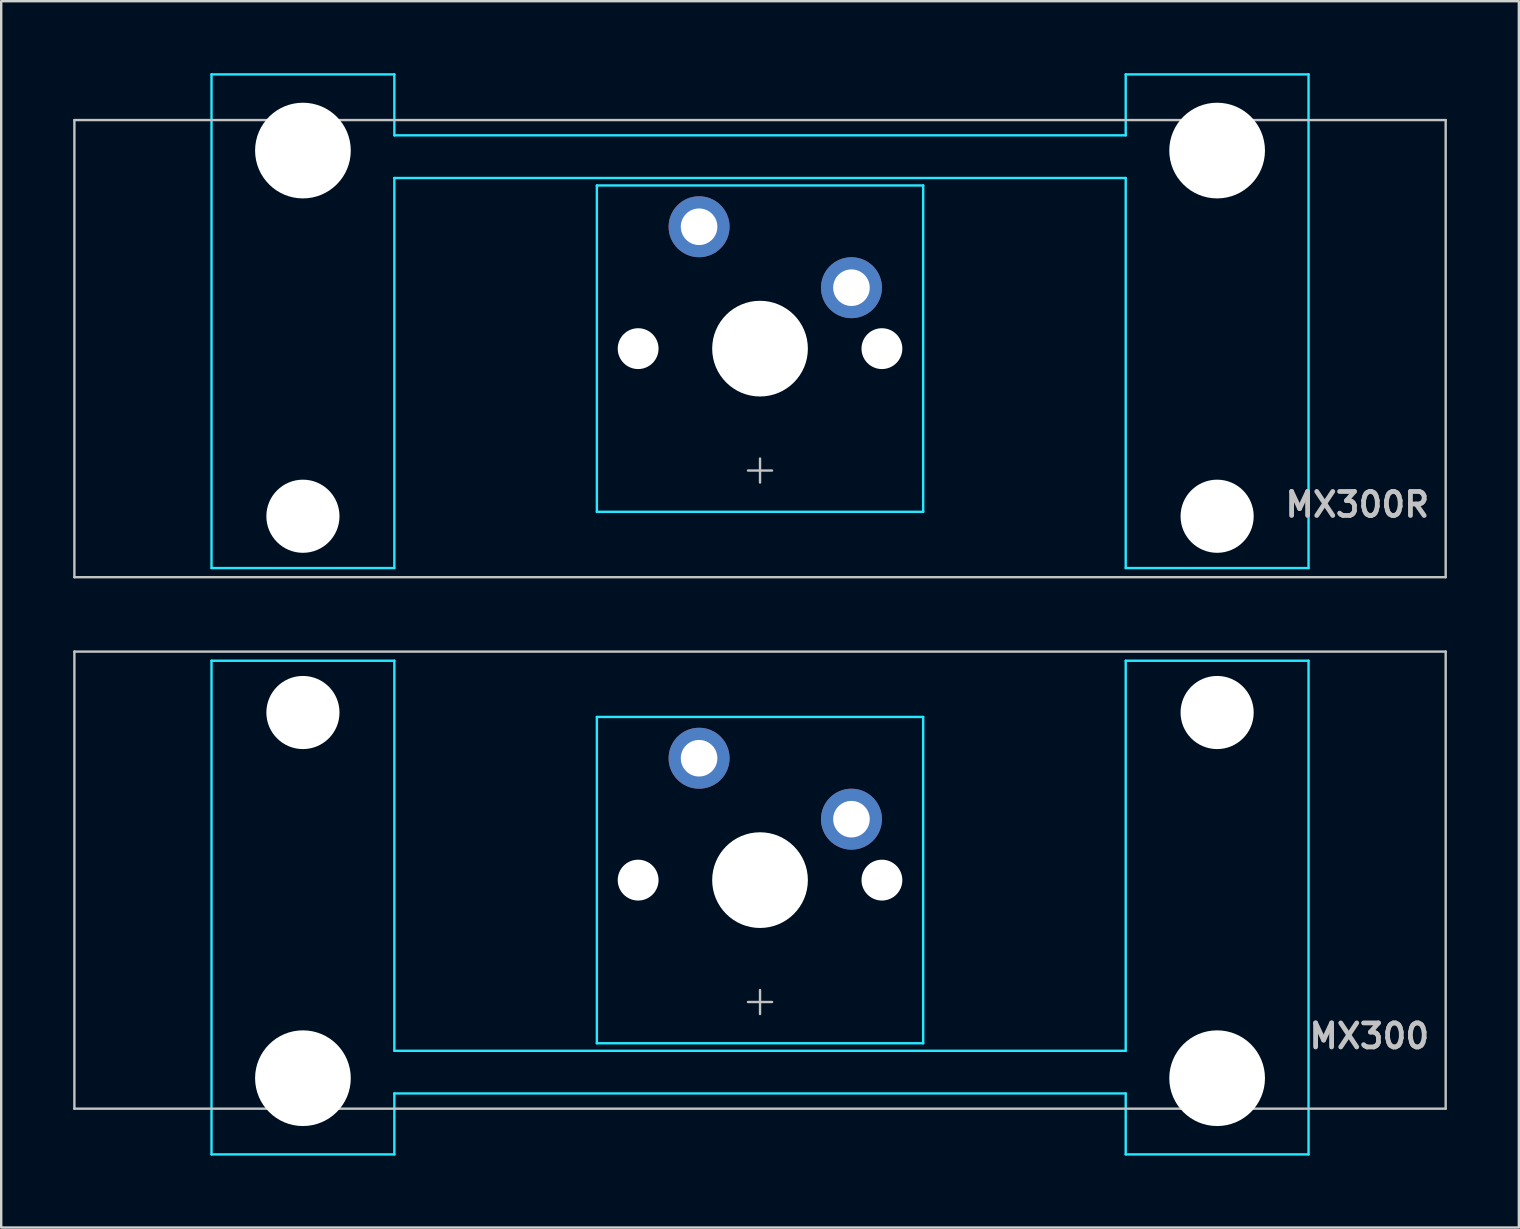
<source format=kicad_pcb>
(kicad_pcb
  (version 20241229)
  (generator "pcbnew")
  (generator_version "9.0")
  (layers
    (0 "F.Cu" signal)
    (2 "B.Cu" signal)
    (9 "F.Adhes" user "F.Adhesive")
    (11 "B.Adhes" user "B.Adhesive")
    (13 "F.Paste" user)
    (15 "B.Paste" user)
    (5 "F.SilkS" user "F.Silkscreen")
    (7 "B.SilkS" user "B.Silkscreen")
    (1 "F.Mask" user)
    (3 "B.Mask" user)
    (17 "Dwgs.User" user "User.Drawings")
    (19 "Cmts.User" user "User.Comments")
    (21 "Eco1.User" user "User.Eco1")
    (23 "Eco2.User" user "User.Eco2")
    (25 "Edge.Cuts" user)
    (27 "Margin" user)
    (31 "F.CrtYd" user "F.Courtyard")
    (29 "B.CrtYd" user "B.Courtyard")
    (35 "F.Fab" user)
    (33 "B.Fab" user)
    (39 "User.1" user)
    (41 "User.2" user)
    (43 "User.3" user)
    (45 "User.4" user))
  (footprint "MX300R"
    (layer "F.Cu")
    (at 28.625 11.48)
    (property "Reference" "MX300R" (at 28 6.5 0) (layer "Dwgs.User") (effects (font (size 1 1) (thickness 0.2)) (justify right)))
    (attr through_hole)
    (fp_line (start -28.575 -9.525) (end -28.575 9.525) (stroke (width 0.1) (type solid)) (layer "Dwgs.User"))
    (fp_line (start -28.575 -9.525) (end 28.575 -9.525) (stroke (width 0.1) (type solid)) (layer "Dwgs.User"))
    (fp_line (start -28.575 9.525) (end 28.575 9.525) (stroke (width 0.1) (type solid)) (layer "Dwgs.User"))
    (fp_line (start -0.5 5.08) (end 0.5 5.08) (stroke (width 0.1) (type solid)) (layer "Dwgs.User"))
    (fp_line (start 0 5.58) (end 0 4.58) (stroke (width 0.1) (type solid)) (layer "Dwgs.User"))
    (fp_line (start 28.575 -9.525) (end 28.575 9.525) (stroke (width 0.1) (type solid)) (layer "Dwgs.User"))
    (fp_line (start -22.55 -8.515) (end -22.55 5.485) (stroke (width 0.1) (type solid)) (layer "Eco1.User"))
    (fp_line (start -22.05 -9.015) (end -16.05 -9.015) (stroke (width 0.1) (type solid)) (layer "Eco1.User"))
    (fp_line (start -16.05 5.985) (end -22.05 5.985) (stroke (width 0.1) (type solid)) (layer "Eco1.User"))
    (fp_line (start -15.55 5.485) (end -15.55 -8.515) (stroke (width 0.1) (type solid)) (layer "Eco1.User"))
    (fp_line (start -7 -6.5) (end -7 6.5) (stroke (width 0.1) (type solid)) (layer "Eco1.User"))
    (fp_line (start -6.5 7) (end 6.5 7) (stroke (width 0.1) (type solid)) (layer "Eco1.User"))
    (fp_line (start 6.5 -7) (end -6.5 -7) (stroke (width 0.1) (type solid)) (layer "Eco1.User"))
    (fp_line (start 7 6.5) (end 7 -6.5) (stroke (width 0.1) (type solid)) (layer "Eco1.User"))
    (fp_line (start 15.55 -8.515) (end 15.55 5.485) (stroke (width 0.1) (type solid)) (layer "Eco1.User"))
    (fp_line (start 16.05 -9.015) (end 22.05 -9.015) (stroke (width 0.1) (type solid)) (layer "Eco1.User"))
    (fp_line (start 22.05 5.985) (end 16.05 5.985) (stroke (width 0.1) (type solid)) (layer "Eco1.User"))
    (fp_line (start 22.55 5.485) (end 22.55 -8.515) (stroke (width 0.1) (type solid)) (layer "Eco1.User"))
    (fp_arc (start -22.55 -8.515) (mid -22.403553 -8.868553) (end -22.05 -9.015) (stroke (width 0.1) (type solid)) (layer "Eco1.User"))
    (fp_arc (start -22.05 5.985) (mid -22.403553 5.838553) (end -22.55 5.485) (stroke (width 0.1) (type solid)) (layer "Eco1.User"))
    (fp_arc (start -16.05 -9.015) (mid -15.696447 -8.868553) (end -15.55 -8.515) (stroke (width 0.1) (type solid)) (layer "Eco1.User"))
    (fp_arc (start -15.55 5.485) (mid -15.696447 5.838553) (end -16.05 5.985) (stroke (width 0.1) (type solid)) (layer "Eco1.User"))
    (fp_arc (start -7 -6.5) (mid -6.853553 -6.853553) (end -6.5 -7) (stroke (width 0.1) (type solid)) (layer "Eco1.User"))
    (fp_arc (start -6.5 7) (mid -6.853553 6.853553) (end -7 6.5) (stroke (width 0.1) (type solid)) (layer "Eco1.User"))
    (fp_arc (start 6.5 -7) (mid 6.853553 -6.853553) (end 7 -6.5) (stroke (width 0.1) (type solid)) (layer "Eco1.User"))
    (fp_arc (start 7 6.5) (mid 6.853553 6.853553) (end 6.5 7) (stroke (width 0.1) (type solid)) (layer "Eco1.User"))
    (fp_arc (start 15.55 -8.515) (mid 15.696447 -8.868553) (end 16.05 -9.015) (stroke (width 0.1) (type solid)) (layer "Eco1.User"))
    (fp_arc (start 16.05 5.985) (mid 15.696447 5.838553) (end 15.55 5.485) (stroke (width 0.1) (type solid)) (layer "Eco1.User"))
    (fp_arc (start 22.05 -9.015) (mid 22.403553 -8.868553) (end 22.55 -8.515) (stroke (width 0.1) (type solid)) (layer "Eco1.User"))
    (fp_arc (start 22.55 5.485) (mid 22.403553 5.838553) (end 22.05 5.985) (stroke (width 0.1) (type solid)) (layer "Eco1.User"))
    (fp_line (start -22.86 -11.43) (end -15.24 -11.43) (stroke (width 0.1) (type solid)) (layer "B.CrtYd"))
    (fp_line (start -22.86 9.144) (end -22.86 -11.43) (stroke (width 0.1) (type solid)) (layer "B.CrtYd"))
    (fp_line (start -15.24 -11.43) (end -15.24 -8.89) (stroke (width 0.1) (type solid)) (layer "B.CrtYd"))
    (fp_line (start -15.24 9.144) (end -22.86 9.144) (stroke (width 0.1) (type solid)) (layer "B.CrtYd"))
    (fp_line (start -15.24 9.144) (end -15.24 -7.112) (stroke (width 0.1) (type solid)) (layer "B.CrtYd"))
    (fp_line (start -6.8 6.8) (end -6.8 -6.8) (stroke (width 0.1) (type solid)) (layer "B.CrtYd"))
    (fp_line (start 6.8 -6.8) (end -6.8 -6.8) (stroke (width 0.1) (type solid)) (layer "B.CrtYd"))
    (fp_line (start 6.8 6.8) (end -6.8 6.8) (stroke (width 0.1) (type solid)) (layer "B.CrtYd"))
    (fp_line (start 6.8 6.8) (end 6.8 -6.8) (stroke (width 0.1) (type solid)) (layer "B.CrtYd"))
    (fp_line (start 15.24 -11.43) (end 15.24 -8.89) (stroke (width 0.1) (type solid)) (layer "B.CrtYd"))
    (fp_line (start 15.24 -11.43) (end 22.86 -11.43) (stroke (width 0.1) (type solid)) (layer "B.CrtYd"))
    (fp_line (start 15.24 -8.89) (end -15.24 -8.89) (stroke (width 0.1) (type solid)) (layer "B.CrtYd"))
    (fp_line (start 15.24 -7.112) (end -15.24 -7.112) (stroke (width 0.1) (type solid)) (layer "B.CrtYd"))
    (fp_line (start 15.24 9.144) (end 15.24 -7.112) (stroke (width 0.1) (type solid)) (layer "B.CrtYd"))
    (fp_line (start 22.86 -11.43) (end 22.86 9.144) (stroke (width 0.1) (type solid)) (layer "B.CrtYd"))
    (fp_line (start 22.86 9.144) (end 15.24 9.144) (stroke (width 0.1) (type solid)) (layer "B.CrtYd"))
    (pad "" np_thru_hole circle (at -19.05 -8.255 180) (size 3.988 3.988) (drill 3.988) (layers "*.Cu" "*.Mask"))
    (pad "" np_thru_hole circle (at -19.05 6.985 180) (size 3.048 3.048) (drill 3.048) (layers "*.Cu" "*.Mask"))
    (pad "" np_thru_hole circle (at -5.08 0) (size 1.702 1.702) (drill 1.702) (layers "*.Cu" "*.Mask"))
    (pad "" connect circle (at -2.54 -5.08) (size 1.524 1.524) (layers "B.Mask"))
    (pad "" np_thru_hole circle (at 0 0 180) (size 3.988 3.988) (drill 3.988) (layers "*.Cu" "*.Mask"))
    (pad "" connect circle (at 3.81 -2.54) (size 1.524 1.524) (layers "B.Mask"))
    (pad "" np_thru_hole circle (at 5.08 0) (size 1.702 1.702) (drill 1.702) (layers "*.Cu" "*.Mask"))
    (pad "" np_thru_hole circle (at 19.05 -8.255 180) (size 3.988 3.988) (drill 3.988) (layers "*.Cu" "*.Mask"))
    (pad "" np_thru_hole circle (at 19.05 6.985 180) (size 3.048 3.048) (drill 3.048) (layers "*.Cu" "*.Mask"))
    (pad "1" thru_hole circle (at -2.54 -5.08) (size 2.54 2.54) (drill 1.524) (layers "*.Cu" "F.Mask"))
    (pad "2" thru_hole circle (at 3.81 -2.54) (size 2.54 2.54) (drill 1.524) (layers "*.Cu" "F.Mask")))
  (footprint "MX300"
    (layer "F.Cu")
    (at 28.625 33.63)
    (property "Reference" "MX300" (at 28 6.5 0) (layer "Dwgs.User") (effects (font (size 1 1) (thickness 0.2)) (justify right)))
    (attr through_hole)
    (fp_line (start -28.575 -9.525) (end -28.575 9.525) (stroke (width 0.1) (type solid)) (layer "Dwgs.User"))
    (fp_line (start -28.575 -9.525) (end 28.575 -9.525) (stroke (width 0.1) (type solid)) (layer "Dwgs.User"))
    (fp_line (start -28.575 9.525) (end 28.575 9.525) (stroke (width 0.1) (type solid)) (layer "Dwgs.User"))
    (fp_line (start -0.5 5.08) (end 0.5 5.08) (stroke (width 0.1) (type solid)) (layer "Dwgs.User"))
    (fp_line (start 0 5.58) (end 0 4.58) (stroke (width 0.1) (type solid)) (layer "Dwgs.User"))
    (fp_line (start 28.575 -9.525) (end 28.575 9.525) (stroke (width 0.1) (type solid)) (layer "Dwgs.User"))
    (fp_line (start -22.55 -5.485) (end -22.55 8.515) (stroke (width 0.1) (type solid)) (layer "Eco1.User"))
    (fp_line (start -22.05 -5.985) (end -16.05 -5.985) (stroke (width 0.1) (type solid)) (layer "Eco1.User"))
    (fp_line (start -16.05 9.015) (end -22.05 9.015) (stroke (width 0.1) (type solid)) (layer "Eco1.User"))
    (fp_line (start -15.55 8.515) (end -15.55 -5.485) (stroke (width 0.1) (type solid)) (layer "Eco1.User"))
    (fp_line (start -7 -6.5) (end -7 6.5) (stroke (width 0.1) (type solid)) (layer "Eco1.User"))
    (fp_line (start -6.5 7) (end 6.5 7) (stroke (width 0.1) (type solid)) (layer "Eco1.User"))
    (fp_line (start 6.5 -7) (end -6.5 -7) (stroke (width 0.1) (type solid)) (layer "Eco1.User"))
    (fp_line (start 7 6.5) (end 7 -6.5) (stroke (width 0.1) (type solid)) (layer "Eco1.User"))
    (fp_line (start 15.55 -5.485) (end 15.55 8.515) (stroke (width 0.1) (type solid)) (layer "Eco1.User"))
    (fp_line (start 16.05 -5.985) (end 22.05 -5.985) (stroke (width 0.1) (type solid)) (layer "Eco1.User"))
    (fp_line (start 22.05 9.015) (end 16.05 9.015) (stroke (width 0.1) (type solid)) (layer "Eco1.User"))
    (fp_line (start 22.55 8.515) (end 22.55 -5.485) (stroke (width 0.1) (type solid)) (layer "Eco1.User"))
    (fp_arc (start -22.55 -5.485) (mid -22.403553 -5.838553) (end -22.05 -5.985) (stroke (width 0.1) (type solid)) (layer "Eco1.User"))
    (fp_arc (start -22.05 9.015) (mid -22.403553 8.868553) (end -22.55 8.515) (stroke (width 0.1) (type solid)) (layer "Eco1.User"))
    (fp_arc (start -16.05 -5.985) (mid -15.696447 -5.838553) (end -15.55 -5.485) (stroke (width 0.1) (type solid)) (layer "Eco1.User"))
    (fp_arc (start -15.55 8.515) (mid -15.696447 8.868553) (end -16.05 9.015) (stroke (width 0.1) (type solid)) (layer "Eco1.User"))
    (fp_arc (start -7 -6.5) (mid -6.853553 -6.853553) (end -6.5 -7) (stroke (width 0.1) (type solid)) (layer "Eco1.User"))
    (fp_arc (start -6.5 7) (mid -6.853553 6.853553) (end -7 6.5) (stroke (width 0.1) (type solid)) (layer "Eco1.User"))
    (fp_arc (start 6.5 -7) (mid 6.853553 -6.853553) (end 7 -6.5) (stroke (width 0.1) (type solid)) (layer "Eco1.User"))
    (fp_arc (start 7 6.5) (mid 6.853553 6.853553) (end 6.5 7) (stroke (width 0.1) (type solid)) (layer "Eco1.User"))
    (fp_arc (start 15.55 -5.485) (mid 15.696447 -5.838553) (end 16.05 -5.985) (stroke (width 0.1) (type solid)) (layer "Eco1.User"))
    (fp_arc (start 16.05 9.015) (mid 15.696447 8.868553) (end 15.55 8.515) (stroke (width 0.1) (type solid)) (layer "Eco1.User"))
    (fp_arc (start 22.05 -5.985) (mid 22.403553 -5.838553) (end 22.55 -5.485) (stroke (width 0.1) (type solid)) (layer "Eco1.User"))
    (fp_arc (start 22.55 8.515) (mid 22.403553 8.868553) (end 22.05 9.015) (stroke (width 0.1) (type solid)) (layer "Eco1.User"))
    (fp_line (start -22.86 -9.144) (end -15.24 -9.144) (stroke (width 0.1) (type solid)) (layer "B.CrtYd"))
    (fp_line (start -22.86 11.43) (end -22.86 -9.144) (stroke (width 0.1) (type solid)) (layer "B.CrtYd"))
    (fp_line (start -15.24 -9.144) (end -15.24 7.112) (stroke (width 0.1) (type solid)) (layer "B.CrtYd"))
    (fp_line (start -15.24 7.112) (end 15.24 7.112) (stroke (width 0.1) (type solid)) (layer "B.CrtYd"))
    (fp_line (start -15.24 8.89) (end 15.24 8.89) (stroke (width 0.1) (type solid)) (layer "B.CrtYd"))
    (fp_line (start -15.24 11.43) (end -22.86 11.43) (stroke (width 0.1) (type solid)) (layer "B.CrtYd"))
    (fp_line (start -15.24 11.43) (end -15.24 8.89) (stroke (width 0.1) (type solid)) (layer "B.CrtYd"))
    (fp_line (start -6.8 6.8) (end -6.8 -6.8) (stroke (width 0.1) (type solid)) (layer "B.CrtYd"))
    (fp_line (start 6.8 -6.8) (end -6.8 -6.8) (stroke (width 0.1) (type solid)) (layer "B.CrtYd"))
    (fp_line (start 6.8 6.8) (end -6.8 6.8) (stroke (width 0.1) (type solid)) (layer "B.CrtYd"))
    (fp_line (start 6.8 6.8) (end 6.8 -6.8) (stroke (width 0.1) (type solid)) (layer "B.CrtYd"))
    (fp_line (start 15.24 -9.144) (end 15.24 7.112) (stroke (width 0.1) (type solid)) (layer "B.CrtYd"))
    (fp_line (start 15.24 -9.144) (end 22.86 -9.144) (stroke (width 0.1) (type solid)) (layer "B.CrtYd"))
    (fp_line (start 15.24 11.43) (end 15.24 8.89) (stroke (width 0.1) (type solid)) (layer "B.CrtYd"))
    (fp_line (start 22.86 -9.144) (end 22.86 11.43) (stroke (width 0.1) (type solid)) (layer "B.CrtYd"))
    (fp_line (start 22.86 11.43) (end 15.24 11.43) (stroke (width 0.1) (type solid)) (layer "B.CrtYd"))
    (pad "" np_thru_hole circle (at -19.05 -6.985) (size 3.048 3.048) (drill 3.048) (layers "*.Cu" "*.Mask"))
    (pad "" np_thru_hole circle (at -19.05 8.255) (size 3.988 3.988) (drill 3.988) (layers "*.Cu" "*.Mask"))
    (pad "" np_thru_hole circle (at -5.08 0) (size 1.702 1.702) (drill 1.702) (layers "*.Cu" "*.Mask"))
    (pad "" connect circle (at -2.54 -5.08) (size 1.524 1.524) (layers "B.Mask"))
    (pad "" np_thru_hole circle (at 0 0 180) (size 3.988 3.988) (drill 3.988) (layers "*.Cu" "*.Mask"))
    (pad "" connect circle (at 3.81 -2.54) (size 1.524 1.524) (layers "B.Mask"))
    (pad "" np_thru_hole circle (at 5.08 0) (size 1.702 1.702) (drill 1.702) (layers "*.Cu" "*.Mask"))
    (pad "" np_thru_hole circle (at 19.05 -6.985) (size 3.048 3.048) (drill 3.048) (layers "*.Cu" "*.Mask"))
    (pad "" np_thru_hole circle (at 19.05 8.255) (size 3.988 3.988) (drill 3.988) (layers "*.Cu" "*.Mask"))
    (pad "1" thru_hole circle (at -2.54 -5.08) (size 2.54 2.54) (drill 1.524) (layers "*.Cu" "F.Mask"))
    (pad "2" thru_hole circle (at 3.81 -2.54) (size 2.54 2.54) (drill 1.524) (layers "*.Cu" "F.Mask")))
  (gr_rect
    (start -3 -3)
    (end 60.25 48.11)
    (stroke (width 0.1) (type default))
    (fill no)
    (layer "Edge.Cuts")))
</source>
